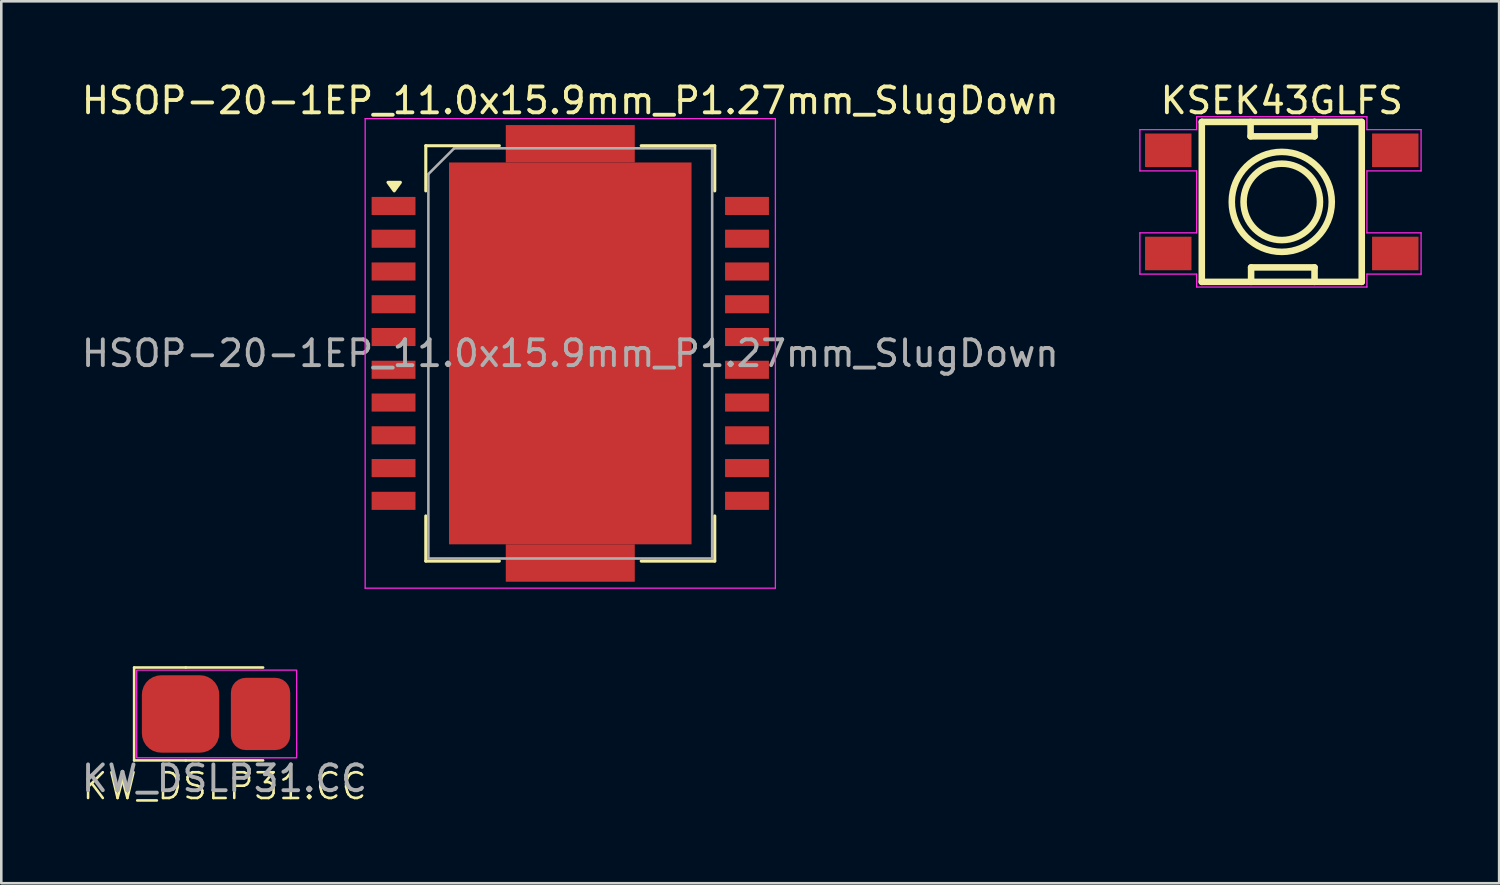
<source format=kicad_pcb>
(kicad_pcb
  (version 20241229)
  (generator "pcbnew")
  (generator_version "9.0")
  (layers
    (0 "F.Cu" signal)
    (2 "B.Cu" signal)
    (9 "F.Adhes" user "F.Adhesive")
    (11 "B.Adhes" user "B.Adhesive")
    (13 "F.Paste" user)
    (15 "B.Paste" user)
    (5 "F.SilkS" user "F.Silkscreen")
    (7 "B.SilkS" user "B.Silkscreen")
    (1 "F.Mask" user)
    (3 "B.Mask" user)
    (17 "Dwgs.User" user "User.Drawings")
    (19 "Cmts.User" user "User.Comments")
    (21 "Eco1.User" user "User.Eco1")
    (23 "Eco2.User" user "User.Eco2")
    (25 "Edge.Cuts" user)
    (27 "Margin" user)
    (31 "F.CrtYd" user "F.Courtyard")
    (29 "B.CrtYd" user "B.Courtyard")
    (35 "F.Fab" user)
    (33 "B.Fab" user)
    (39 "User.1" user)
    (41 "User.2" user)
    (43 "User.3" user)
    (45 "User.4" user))
  (footprint "HSOP-20-1EP_11.0x15.9mm_P1.27mm_SlugDown"
    (layer "F.Cu")
    (at 19.054 10.648)
    (property "Reference" "HSOP-20-1EP_11.0x15.9mm_P1.27mm_SlugDown" (at 0 -9.8 0) (layer "F.SilkS") (effects (font (size 1 1) (thickness 0.15))))
    (attr smd)
    (fp_line (start -5.6 -8.05) (end -5.6 -6.3) (stroke (width 0.12) (type solid)) (layer "F.SilkS"))
    (fp_line (start -5.6 8.05) (end -5.6 6.3) (stroke (width 0.12) (type solid)) (layer "F.SilkS"))
    (fp_line (start -2.75 -8.05) (end -5.6 -8.05) (stroke (width 0.12) (type solid)) (layer "F.SilkS"))
    (fp_line (start -2.75 8.05) (end -5.6 8.05) (stroke (width 0.12) (type solid)) (layer "F.SilkS"))
    (fp_line (start 5.6 -8.05) (end 2.75 -8.05) (stroke (width 0.12) (type solid)) (layer "F.SilkS"))
    (fp_line (start 5.6 -8.05) (end 5.6 -6.3) (stroke (width 0.12) (type solid)) (layer "F.SilkS"))
    (fp_line (start 5.6 8.05) (end 2.75 8.05) (stroke (width 0.12) (type solid)) (layer "F.SilkS"))
    (fp_line (start 5.6 8.05) (end 5.6 6.3) (stroke (width 0.12) (type solid)) (layer "F.SilkS"))
    (fp_poly (pts (xy -6.825 -6.3) (xy -7.065 -6.63) (xy -6.585 -6.63) (xy -6.825 -6.3)) (stroke (width 0.12) (type solid)) (fill yes) (layer "F.SilkS"))
    (fp_line (start -7.95 -9.1) (end -7.95 9.1) (stroke (width 0.05) (type solid)) (layer "F.CrtYd"))
    (fp_line (start -7.95 -9.1) (end 7.95 -9.1) (stroke (width 0.05) (type solid)) (layer "F.CrtYd"))
    (fp_line (start 7.95 9.1) (end -7.95 9.1) (stroke (width 0.05) (type solid)) (layer "F.CrtYd"))
    (fp_line (start 7.95 9.1) (end 7.95 -9.1) (stroke (width 0.05) (type solid)) (layer "F.CrtYd"))
    (fp_line (start -5.5 -6.95) (end -5.5 7.95) (stroke (width 0.1) (type solid)) (layer "F.Fab"))
    (fp_line (start -5.5 7.95) (end 5.5 7.95) (stroke (width 0.1) (type solid)) (layer "F.Fab"))
    (fp_line (start -4.5 -7.95) (end -5.5 -6.95) (stroke (width 0.1) (type solid)) (layer "F.Fab"))
    (fp_line (start 5.5 -7.95) (end -4.5 -7.95) (stroke (width 0.1) (type solid)) (layer "F.Fab"))
    (fp_line (start 5.5 7.95) (end 5.5 -7.95) (stroke (width 0.1) (type solid)) (layer "F.Fab"))
    (fp_text user "${REFERENCE}" (at 0 0 0) (layer "F.Fab") (effects (font (size 1 1) (thickness 0.15))))
    (pad "1" smd rect (at -6.85 -5.715) (size 1.7 0.7) (layers "F.Cu" "F.Mask" "F.Paste"))
    (pad "2" smd rect (at -6.85 -4.445) (size 1.7 0.7) (layers "F.Cu" "F.Mask" "F.Paste"))
    (pad "3" smd rect (at -6.85 -3.175) (size 1.7 0.7) (layers "F.Cu" "F.Mask" "F.Paste"))
    (pad "4" smd rect (at -6.85 -1.905) (size 1.7 0.7) (layers "F.Cu" "F.Mask" "F.Paste"))
    (pad "5" smd rect (at -6.85 -0.635) (size 1.7 0.7) (layers "F.Cu" "F.Mask" "F.Paste"))
    (pad "6" smd rect (at -6.85 0.635) (size 1.7 0.7) (layers "F.Cu" "F.Mask" "F.Paste"))
    (pad "7" smd rect (at -6.85 1.905) (size 1.7 0.7) (layers "F.Cu" "F.Mask" "F.Paste"))
    (pad "8" smd rect (at -6.85 3.175) (size 1.7 0.7) (layers "F.Cu" "F.Mask" "F.Paste"))
    (pad "9" smd rect (at -6.85 4.445) (size 1.7 0.7) (layers "F.Cu" "F.Mask" "F.Paste"))
    (pad "10" smd rect (at -6.85 5.715) (size 1.7 0.7) (layers "F.Cu" "F.Mask" "F.Paste"))
    (pad "11" smd rect (at 6.85 5.715) (size 1.7 0.7) (layers "F.Cu" "F.Mask" "F.Paste"))
    (pad "12" smd rect (at 6.85 4.445) (size 1.7 0.7) (layers "F.Cu" "F.Mask" "F.Paste"))
    (pad "13" smd rect (at 6.85 3.175) (size 1.7 0.7) (layers "F.Cu" "F.Mask" "F.Paste"))
    (pad "14" smd rect (at 6.85 1.905) (size 1.7 0.7) (layers "F.Cu" "F.Mask" "F.Paste"))
    (pad "15" smd rect (at 6.85 0.635) (size 1.7 0.7) (layers "F.Cu" "F.Mask" "F.Paste"))
    (pad "16" smd rect (at 6.85 -0.635) (size 1.7 0.7) (layers "F.Cu" "F.Mask" "F.Paste"))
    (pad "17" smd rect (at 6.85 -1.905) (size 1.7 0.7) (layers "F.Cu" "F.Mask" "F.Paste"))
    (pad "18" smd rect (at 6.85 -3.175) (size 1.7 0.7) (layers "F.Cu" "F.Mask" "F.Paste"))
    (pad "19" smd rect (at 6.85 -4.445) (size 1.7 0.7) (layers "F.Cu" "F.Mask" "F.Paste"))
    (pad "20" smd rect (at 6.85 -5.715) (size 1.7 0.7) (layers "F.Cu" "F.Mask" "F.Paste"))
    (pad "21" smd rect (at 0 -8.125) (size 5 1.45) (layers "F.Cu" "F.Mask" "F.Paste"))
    (pad "21" smd rect (at 0 0) (size 9.4 14.8) (layers "F.Cu" "F.Mask" "F.Paste"))
    (pad "21" smd rect (at 0 8.125) (size 5 1.45) (layers "F.Cu" "F.Mask" "F.Paste")))
  (footprint "KW_DSLP31.CC"
    (layer "F.Cu")
    (at 5.649 24.623)
    (property "Reference" "KW_DSLP31.CC" (at 0 2.8 0) (unlocked yes) (layer "F.SilkS") (effects (font (size 1 1) (thickness 0.1))))
    (attr smd)
    (fp_line (start -3.5 -1.8) (end -3.5 1.8) (stroke (width 0.1) (type default)) (layer "F.SilkS"))
    (fp_line (start -3.5 1.8) (end -1.5 1.8) (stroke (width 0.1) (type default)) (layer "F.SilkS"))
    (fp_line (start -1.5 -1.8) (end -3.5 -1.8) (stroke (width 0.1) (type default)) (layer "F.SilkS"))
    (fp_line (start -1.5 -1.8) (end 1.5 -1.8) (stroke (width 0.1) (type default)) (layer "F.SilkS"))
    (fp_line (start -1.5 1.8) (end 1.5 1.8) (stroke (width 0.1) (type default)) (layer "F.SilkS"))
    (fp_rect (start -3.4 -1.7) (end 2.8 1.7) (stroke (width 0.05) (type default)) (fill no) (layer "F.CrtYd"))
    (fp_text user "${REFERENCE}" (at 0 2.5 0) (unlocked yes) (layer "F.Fab") (effects (font (size 1 1) (thickness 0.15))))
    (pad "1" smd roundrect (at -1.7 0 90) (size 3 3) (layers "F.Cu" "F.Mask" "F.Paste") (roundrect_rratio 0.25))
    (pad "2" smd roundrect (at 1.4 0 90) (size 2.8 2.3) (layers "F.Cu" "F.Mask" "F.Paste") (roundrect_rratio 0.25)))
  (footprint "KSEK43GLFS"
    (layer "F.Cu")
    (at 46.632 4.775)
    (property "Reference" "KSEK43GLFS" (at 0 -3.927 0) (layer "F.SilkS") (effects (font (size 1 1) (thickness 0.15))))
    (fp_line (start -3.1 -3.1) (end -3.1 3.1) (stroke (width 0.254) (type default)) (layer "F.SilkS"))
    (fp_line (start -3.1 -3.1) (end 3.1 -3.1) (stroke (width 0.254) (type default)) (layer "F.SilkS"))
    (fp_line (start -3.1 3.1) (end 3.1 3.1) (stroke (width 0.254) (type default)) (layer "F.SilkS"))
    (fp_line (start -1.209 -3.099) (end -1.209 -2.54) (stroke (width 0.254) (type default)) (layer "F.SilkS"))
    (fp_line (start -1.209 -2.54) (end 1.27 -2.54) (stroke (width 0.254) (type default)) (layer "F.SilkS"))
    (fp_line (start -1.189 2.54) (end 1.27 2.54) (stroke (width 0.254) (type default)) (layer "F.SilkS"))
    (fp_line (start -1.189 3.1) (end -1.189 2.54) (stroke (width 0.254) (type default)) (layer "F.SilkS"))
    (fp_line (start 1.27 -3.099) (end 1.27 -3.048) (stroke (width 0.254) (type default)) (layer "F.SilkS"))
    (fp_line (start 1.27 -2.54) (end 1.27 -3.099) (stroke (width 0.254) (type default)) (layer "F.SilkS"))
    (fp_line (start 1.27 2.54) (end 1.27 3.1) (stroke (width 0.254) (type default)) (layer "F.SilkS"))
    (fp_line (start 3.1 -3.1) (end 3.1 3.1) (stroke (width 0.254) (type default)) (layer "F.SilkS"))
    (fp_circle (center 0 0) (end 1.481 0) (stroke (width 0.254) (type default)) (fill no) (layer "F.SilkS"))
    (fp_circle (center 0 0) (end 1.938 0) (stroke (width 0.254) (type default)) (fill no) (layer "F.SilkS"))
    (fp_line (start -5.5 -2.8) (end -5.5 -1.2) (stroke (width 0.05) (type default)) (layer "F.CrtYd"))
    (fp_line (start -5.5 -2.8) (end -3.3 -2.8) (stroke (width 0.05) (type default)) (layer "F.CrtYd"))
    (fp_line (start -5.5 1.2) (end -3.3 1.2) (stroke (width 0.05) (type default)) (layer "F.CrtYd"))
    (fp_line (start -5.5 2.8) (end -5.5 1.2) (stroke (width 0.05) (type default)) (layer "F.CrtYd"))
    (fp_line (start -3.3 -3.3) (end 3.3 -3.3) (stroke (width 0.05) (type default)) (layer "F.CrtYd"))
    (fp_line (start -3.3 -2.8) (end -3.3 -3.3) (stroke (width 0.05) (type default)) (layer "F.CrtYd"))
    (fp_line (start -3.3 -1.2) (end -5.5 -1.2) (stroke (width 0.05) (type default)) (layer "F.CrtYd"))
    (fp_line (start -3.3 1.2) (end -3.3 -1.2) (stroke (width 0.05) (type default)) (layer "F.CrtYd"))
    (fp_line (start -3.3 2.8) (end -5.5 2.8) (stroke (width 0.05) (type default)) (layer "F.CrtYd"))
    (fp_line (start -3.3 3.3) (end -3.3 2.8) (stroke (width 0.05) (type default)) (layer "F.CrtYd"))
    (fp_line (start 3.3 -3.3) (end 3.3 -2.8) (stroke (width 0.05) (type default)) (layer "F.CrtYd"))
    (fp_line (start 3.3 -2.8) (end 5.4 -2.8) (stroke (width 0.05) (type default)) (layer "F.CrtYd"))
    (fp_line (start 3.3 -1.2) (end 3.3 1.2) (stroke (width 0.05) (type default)) (layer "F.CrtYd"))
    (fp_line (start 3.3 1.2) (end 5.4 1.2) (stroke (width 0.05) (type default)) (layer "F.CrtYd"))
    (fp_line (start 3.3 2.8) (end 3.3 3.3) (stroke (width 0.05) (type default)) (layer "F.CrtYd"))
    (fp_line (start 3.3 3.3) (end -3.3 3.3) (stroke (width 0.05) (type default)) (layer "F.CrtYd"))
    (fp_line (start 5.4 -2.8) (end 5.4 -1.2) (stroke (width 0.05) (type default)) (layer "F.CrtYd"))
    (fp_line (start 5.4 -1.2) (end 3.3 -1.2) (stroke (width 0.05) (type default)) (layer "F.CrtYd"))
    (fp_line (start 5.4 1.2) (end 5.4 2.8) (stroke (width 0.05) (type default)) (layer "F.CrtYd"))
    (fp_line (start 5.4 2.8) (end 3.3 2.8) (stroke (width 0.05) (type default)) (layer "F.CrtYd"))
    (fp_poly (pts (xy -5 -1.65) (xy -5 -2.35) (xy -3.8 -2.35) (xy -3.8 -1.65)) (stroke (width 0.1) (type default)) (fill no) (layer "User.1"))
    (fp_poly (pts (xy -5 2.35) (xy -5 1.65) (xy -3.8 1.65) (xy -3.8 2.35)) (stroke (width 0.1) (type default)) (fill no) (layer "User.1"))
    (fp_poly (pts (xy -3.81 -1.65) (xy -3.81 -2.35) (xy -3.09 -2.35) (xy -3.09 -1.65)) (stroke (width 0.1) (type default)) (fill no) (layer "User.1"))
    (fp_poly (pts (xy -3.81 2.35) (xy -3.81 1.65) (xy -3.09 1.65) (xy -3.09 2.35)) (stroke (width 0.1) (type default)) (fill no) (layer "User.1"))
    (fp_poly (pts (xy 3.09 -1.65) (xy 3.09 -2.35) (xy 3.81 -2.35) (xy 3.81 -1.65)) (stroke (width 0.1) (type default)) (fill no) (layer "User.1"))
    (fp_poly (pts (xy 3.09 2.35) (xy 3.09 1.65) (xy 3.81 1.65) (xy 3.81 2.35)) (stroke (width 0.1) (type default)) (fill no) (layer "User.1"))
    (fp_poly (pts (xy 3.8 -1.65) (xy 3.8 -2.35) (xy 5 -2.35) (xy 5 -1.65)) (stroke (width 0.1) (type default)) (fill no) (layer "User.1"))
    (fp_poly (pts (xy 3.8 2.35) (xy 3.8 1.65) (xy 5 1.65) (xy 5 2.35)) (stroke (width 0.1) (type default)) (fill no) (layer "User.1"))
    (fp_line (start -3.1 -3.1) (end 3.1 -3.1) (stroke (width 0.051) (type default)) (layer "User.2"))
    (fp_line (start -3.1 3.1) (end -3.1 -3.1) (stroke (width 0.051) (type default)) (layer "User.2"))
    (fp_line (start 3.1 -3.1) (end 3.1 3.1) (stroke (width 0.051) (type default)) (layer "User.2"))
    (fp_line (start 3.1 3.1) (end -3.1 3.1) (stroke (width 0.051) (type default)) (layer "User.2"))
    (fp_poly (pts (xy -4.945 -3.123) (xy -4.977 -3.155) (xy -5.023 -3.155) (xy -5.055 -3.123) (xy -5.055 -3.077) (xy -5.023 -3.045) (xy -4.977 -3.045) (xy -4.945 -3.077)) (stroke (width 0.1) (type default)) (fill no) (layer "User.3"))
    (pad "1" smd rect (at -4.4 -2) (size 1.8 1.3) (layers "F.Cu" "F.Mask" "F.Paste"))
    (pad "1" smd rect (at 4.4 -2) (size 1.8 1.3) (layers "F.Cu" "F.Mask" "F.Paste"))
    (pad "2" smd rect (at -4.4 2) (size 1.8 1.3) (layers "F.Cu" "F.Mask" "F.Paste"))
    (pad "2" smd rect (at 4.4 2) (size 1.8 1.3) (layers "F.Cu" "F.Mask" "F.Paste")))
  (gr_rect
    (start -3 -3)
    (end 55.057 31.184)
    (stroke (width 0.1) (type default))
    (fill no)
    (layer "Edge.Cuts")))
</source>
